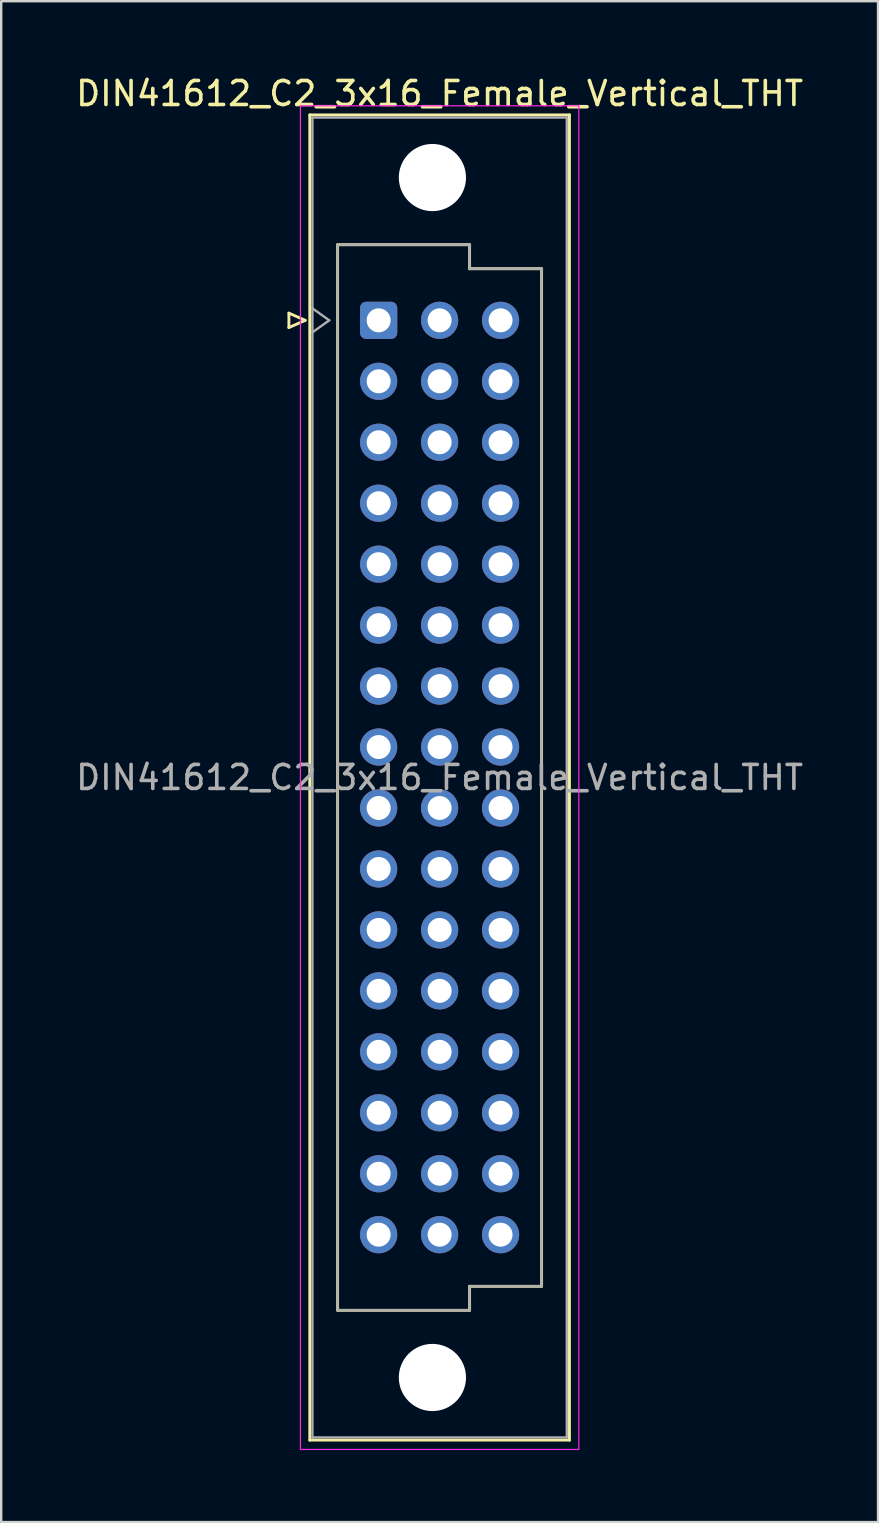
<source format=kicad_pcb>
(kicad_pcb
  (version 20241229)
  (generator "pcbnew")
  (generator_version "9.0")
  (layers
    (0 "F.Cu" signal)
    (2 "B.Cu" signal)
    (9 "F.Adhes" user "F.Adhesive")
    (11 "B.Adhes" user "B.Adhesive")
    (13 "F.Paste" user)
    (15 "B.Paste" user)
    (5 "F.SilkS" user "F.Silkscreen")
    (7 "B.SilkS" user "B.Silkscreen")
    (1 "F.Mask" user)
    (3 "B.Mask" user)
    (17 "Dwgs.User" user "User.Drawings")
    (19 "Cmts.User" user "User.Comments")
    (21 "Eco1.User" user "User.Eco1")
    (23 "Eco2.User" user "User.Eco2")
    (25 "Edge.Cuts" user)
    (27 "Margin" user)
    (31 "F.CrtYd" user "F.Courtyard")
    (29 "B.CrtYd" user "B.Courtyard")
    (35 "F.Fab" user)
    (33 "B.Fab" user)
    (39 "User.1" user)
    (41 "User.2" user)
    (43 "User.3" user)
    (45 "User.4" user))
  (footprint "DIN41612_C2_3x16_Female_Vertical_THT"
    (layer "F.Cu")
    (at 12.728 10.298)
    (property "Reference" "DIN41612_C2_3x16_Female_Vertical_THT" (at 2.54 -9.45 0) (layer "F.SilkS") (effects (font (size 1 1) (thickness 0.15))))
    (attr through_hole)
    (fp_line (start -3.74 -0.3) (end -3.74 0.3) (stroke (width 0.12) (type solid)) (layer "F.SilkS"))
    (fp_line (start -3.74 0.3) (end -3.06 0) (stroke (width 0.12) (type solid)) (layer "F.SilkS"))
    (fp_line (start -3.06 0) (end -3.74 -0.3) (stroke (width 0.12) (type solid)) (layer "F.SilkS"))
    (fp_line (start -2.87 -8.56) (end 7.95 -8.56) (stroke (width 0.12) (type solid)) (layer "F.SilkS"))
    (fp_line (start -2.87 46.66) (end -2.87 -8.56) (stroke (width 0.12) (type solid)) (layer "F.SilkS"))
    (fp_line (start -1.71 -3.15) (end 3.79 -3.15) (stroke (width 0.12) (type solid)) (layer "F.SilkS"))
    (fp_line (start -1.71 41.25) (end -1.71 -3.15) (stroke (width 0.12) (type solid)) (layer "F.SilkS"))
    (fp_line (start 3.79 -3.15) (end 3.79 -2.15) (stroke (width 0.12) (type solid)) (layer "F.SilkS"))
    (fp_line (start 3.79 -2.15) (end 6.79 -2.15) (stroke (width 0.12) (type solid)) (layer "F.SilkS"))
    (fp_line (start 3.79 40.25) (end 3.79 41.25) (stroke (width 0.12) (type solid)) (layer "F.SilkS"))
    (fp_line (start 3.79 41.25) (end -1.71 41.25) (stroke (width 0.12) (type solid)) (layer "F.SilkS"))
    (fp_line (start 6.79 -2.15) (end 6.79 40.25) (stroke (width 0.12) (type solid)) (layer "F.SilkS"))
    (fp_line (start 6.79 40.25) (end 3.79 40.25) (stroke (width 0.12) (type solid)) (layer "F.SilkS"))
    (fp_line (start 7.95 -8.56) (end 7.95 46.66) (stroke (width 0.12) (type solid)) (layer "F.SilkS"))
    (fp_line (start 7.95 46.66) (end -2.87 46.66) (stroke (width 0.12) (type solid)) (layer "F.SilkS"))
    (fp_line (start -3.26 -8.94) (end 8.34 -8.94) (stroke (width 0.05) (type solid)) (layer "F.CrtYd"))
    (fp_line (start -3.26 47.05) (end -3.26 -8.94) (stroke (width 0.05) (type solid)) (layer "F.CrtYd"))
    (fp_line (start 8.34 -8.94) (end 8.34 47.05) (stroke (width 0.05) (type solid)) (layer "F.CrtYd"))
    (fp_line (start 8.34 47.05) (end -3.26 47.05) (stroke (width 0.05) (type solid)) (layer "F.CrtYd"))
    (fp_line (start -2.76 -8.45) (end 7.84 -8.45) (stroke (width 0.1) (type solid)) (layer "F.Fab"))
    (fp_line (start -2.76 -0.5) (end -2.06 0) (stroke (width 0.1) (type solid)) (layer "F.Fab"))
    (fp_line (start -2.76 46.55) (end -2.76 -8.45) (stroke (width 0.1) (type solid)) (layer "F.Fab"))
    (fp_line (start -2.06 0) (end -2.76 0.5) (stroke (width 0.1) (type solid)) (layer "F.Fab"))
    (fp_line (start -1.71 -3.15) (end 3.79 -3.15) (stroke (width 0.1) (type solid)) (layer "F.Fab"))
    (fp_line (start -1.71 41.25) (end -1.71 -3.15) (stroke (width 0.1) (type solid)) (layer "F.Fab"))
    (fp_line (start 3.79 -3.15) (end 3.79 -2.15) (stroke (width 0.1) (type solid)) (layer "F.Fab"))
    (fp_line (start 3.79 -2.15) (end 6.79 -2.15) (stroke (width 0.1) (type solid)) (layer "F.Fab"))
    (fp_line (start 3.79 40.25) (end 3.79 41.25) (stroke (width 0.1) (type solid)) (layer "F.Fab"))
    (fp_line (start 3.79 41.25) (end -1.71 41.25) (stroke (width 0.1) (type solid)) (layer "F.Fab"))
    (fp_line (start 6.79 -2.15) (end 6.79 40.25) (stroke (width 0.1) (type solid)) (layer "F.Fab"))
    (fp_line (start 6.79 40.25) (end 3.79 40.25) (stroke (width 0.1) (type solid)) (layer "F.Fab"))
    (fp_line (start 7.84 -8.45) (end 7.84 46.55) (stroke (width 0.1) (type solid)) (layer "F.Fab"))
    (fp_line (start 7.84 46.55) (end -2.76 46.55) (stroke (width 0.1) (type solid)) (layer "F.Fab"))
    (fp_text user "${REFERENCE}" (at 2.54 19.05 0) (layer "F.Fab") (effects (font (size 1 1) (thickness 0.15))))
    (pad "" np_thru_hole circle (at 2.24 -5.95) (size 2.8 2.8) (drill 2.8) (layers "*.Cu" "*.Mask"))
    (pad "" np_thru_hole circle (at 2.24 44.05) (size 2.8 2.8) (drill 2.8) (layers "*.Cu" "*.Mask"))
    (pad "a1" thru_hole roundrect (at 0 0) (size 1.55 1.55) (drill 1) (layers "*.Cu" "*.Mask") (roundrect_rratio 0.161))
    (pad "a2" thru_hole circle (at 0 2.54) (size 1.55 1.55) (drill 1) (layers "*.Cu" "*.Mask"))
    (pad "a3" thru_hole circle (at 0 5.08) (size 1.55 1.55) (drill 1) (layers "*.Cu" "*.Mask"))
    (pad "a4" thru_hole circle (at 0 7.62) (size 1.55 1.55) (drill 1) (layers "*.Cu" "*.Mask"))
    (pad "a5" thru_hole circle (at 0 10.16) (size 1.55 1.55) (drill 1) (layers "*.Cu" "*.Mask"))
    (pad "a6" thru_hole circle (at 0 12.7) (size 1.55 1.55) (drill 1) (layers "*.Cu" "*.Mask"))
    (pad "a7" thru_hole circle (at 0 15.24) (size 1.55 1.55) (drill 1) (layers "*.Cu" "*.Mask"))
    (pad "a8" thru_hole circle (at 0 17.78) (size 1.55 1.55) (drill 1) (layers "*.Cu" "*.Mask"))
    (pad "a9" thru_hole circle (at 0 20.32) (size 1.55 1.55) (drill 1) (layers "*.Cu" "*.Mask"))
    (pad "a10" thru_hole circle (at 0 22.86) (size 1.55 1.55) (drill 1) (layers "*.Cu" "*.Mask"))
    (pad "a11" thru_hole circle (at 0 25.4) (size 1.55 1.55) (drill 1) (layers "*.Cu" "*.Mask"))
    (pad "a12" thru_hole circle (at 0 27.94) (size 1.55 1.55) (drill 1) (layers "*.Cu" "*.Mask"))
    (pad "a13" thru_hole circle (at 0 30.48) (size 1.55 1.55) (drill 1) (layers "*.Cu" "*.Mask"))
    (pad "a14" thru_hole circle (at 0 33.02) (size 1.55 1.55) (drill 1) (layers "*.Cu" "*.Mask"))
    (pad "a15" thru_hole circle (at 0 35.56) (size 1.55 1.55) (drill 1) (layers "*.Cu" "*.Mask"))
    (pad "a16" thru_hole circle (at 0 38.1) (size 1.55 1.55) (drill 1) (layers "*.Cu" "*.Mask"))
    (pad "b1" thru_hole circle (at 2.54 0) (size 1.55 1.55) (drill 1) (layers "*.Cu" "*.Mask"))
    (pad "b2" thru_hole circle (at 2.54 2.54) (size 1.55 1.55) (drill 1) (layers "*.Cu" "*.Mask"))
    (pad "b3" thru_hole circle (at 2.54 5.08) (size 1.55 1.55) (drill 1) (layers "*.Cu" "*.Mask"))
    (pad "b4" thru_hole circle (at 2.54 7.62) (size 1.55 1.55) (drill 1) (layers "*.Cu" "*.Mask"))
    (pad "b5" thru_hole circle (at 2.54 10.16) (size 1.55 1.55) (drill 1) (layers "*.Cu" "*.Mask"))
    (pad "b6" thru_hole circle (at 2.54 12.7) (size 1.55 1.55) (drill 1) (layers "*.Cu" "*.Mask"))
    (pad "b7" thru_hole circle (at 2.54 15.24) (size 1.55 1.55) (drill 1) (layers "*.Cu" "*.Mask"))
    (pad "b8" thru_hole circle (at 2.54 17.78) (size 1.55 1.55) (drill 1) (layers "*.Cu" "*.Mask"))
    (pad "b9" thru_hole circle (at 2.54 20.32) (size 1.55 1.55) (drill 1) (layers "*.Cu" "*.Mask"))
    (pad "b10" thru_hole circle (at 2.54 22.86) (size 1.55 1.55) (drill 1) (layers "*.Cu" "*.Mask"))
    (pad "b11" thru_hole circle (at 2.54 25.4) (size 1.55 1.55) (drill 1) (layers "*.Cu" "*.Mask"))
    (pad "b12" thru_hole circle (at 2.54 27.94) (size 1.55 1.55) (drill 1) (layers "*.Cu" "*.Mask"))
    (pad "b13" thru_hole circle (at 2.54 30.48) (size 1.55 1.55) (drill 1) (layers "*.Cu" "*.Mask"))
    (pad "b14" thru_hole circle (at 2.54 33.02) (size 1.55 1.55) (drill 1) (layers "*.Cu" "*.Mask"))
    (pad "b15" thru_hole circle (at 2.54 35.56) (size 1.55 1.55) (drill 1) (layers "*.Cu" "*.Mask"))
    (pad "b16" thru_hole circle (at 2.54 38.1) (size 1.55 1.55) (drill 1) (layers "*.Cu" "*.Mask"))
    (pad "c1" thru_hole circle (at 5.08 0) (size 1.55 1.55) (drill 1) (layers "*.Cu" "*.Mask"))
    (pad "c2" thru_hole circle (at 5.08 2.54) (size 1.55 1.55) (drill 1) (layers "*.Cu" "*.Mask"))
    (pad "c3" thru_hole circle (at 5.08 5.08) (size 1.55 1.55) (drill 1) (layers "*.Cu" "*.Mask"))
    (pad "c4" thru_hole circle (at 5.08 7.62) (size 1.55 1.55) (drill 1) (layers "*.Cu" "*.Mask"))
    (pad "c5" thru_hole circle (at 5.08 10.16) (size 1.55 1.55) (drill 1) (layers "*.Cu" "*.Mask"))
    (pad "c6" thru_hole circle (at 5.08 12.7) (size 1.55 1.55) (drill 1) (layers "*.Cu" "*.Mask"))
    (pad "c7" thru_hole circle (at 5.08 15.24) (size 1.55 1.55) (drill 1) (layers "*.Cu" "*.Mask"))
    (pad "c8" thru_hole circle (at 5.08 17.78) (size 1.55 1.55) (drill 1) (layers "*.Cu" "*.Mask"))
    (pad "c9" thru_hole circle (at 5.08 20.32) (size 1.55 1.55) (drill 1) (layers "*.Cu" "*.Mask"))
    (pad "c10" thru_hole circle (at 5.08 22.86) (size 1.55 1.55) (drill 1) (layers "*.Cu" "*.Mask"))
    (pad "c11" thru_hole circle (at 5.08 25.4) (size 1.55 1.55) (drill 1) (layers "*.Cu" "*.Mask"))
    (pad "c12" thru_hole circle (at 5.08 27.94) (size 1.55 1.55) (drill 1) (layers "*.Cu" "*.Mask"))
    (pad "c13" thru_hole circle (at 5.08 30.48) (size 1.55 1.55) (drill 1) (layers "*.Cu" "*.Mask"))
    (pad "c14" thru_hole circle (at 5.08 33.02) (size 1.55 1.55) (drill 1) (layers "*.Cu" "*.Mask"))
    (pad "c15" thru_hole circle (at 5.08 35.56) (size 1.55 1.55) (drill 1) (layers "*.Cu" "*.Mask"))
    (pad "c16" thru_hole circle (at 5.08 38.1) (size 1.55 1.55) (drill 1) (layers "*.Cu" "*.Mask")))
  (gr_rect
    (start -3 -3)
    (end 33.536 60.373)
    (stroke (width 0.1) (type default))
    (fill no)
    (layer "Edge.Cuts")))
</source>
